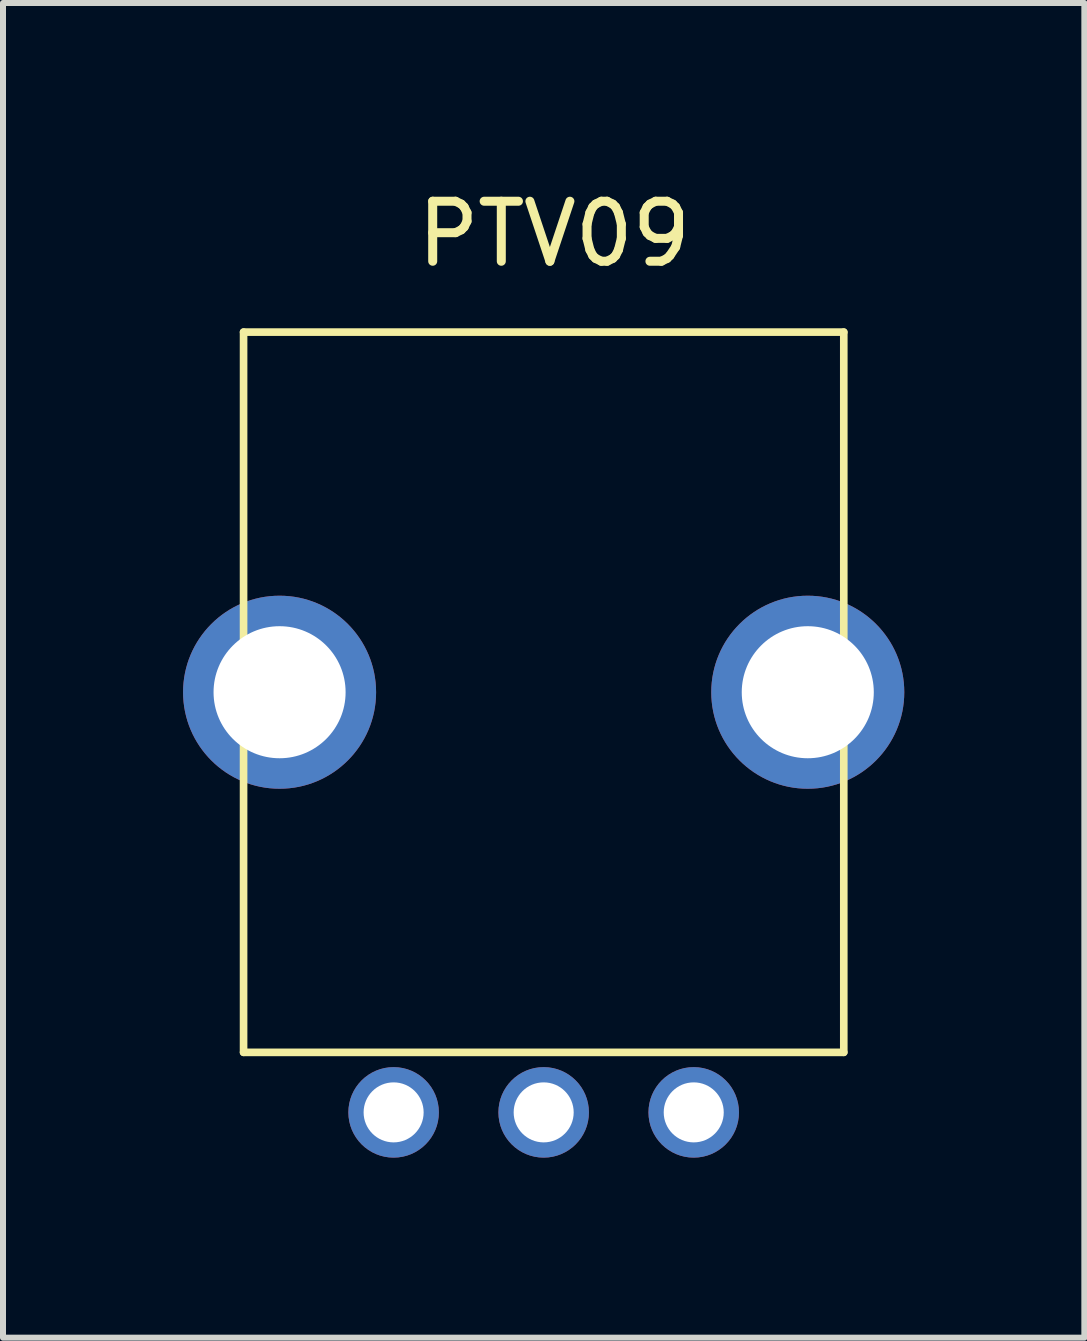
<source format=kicad_pcb>
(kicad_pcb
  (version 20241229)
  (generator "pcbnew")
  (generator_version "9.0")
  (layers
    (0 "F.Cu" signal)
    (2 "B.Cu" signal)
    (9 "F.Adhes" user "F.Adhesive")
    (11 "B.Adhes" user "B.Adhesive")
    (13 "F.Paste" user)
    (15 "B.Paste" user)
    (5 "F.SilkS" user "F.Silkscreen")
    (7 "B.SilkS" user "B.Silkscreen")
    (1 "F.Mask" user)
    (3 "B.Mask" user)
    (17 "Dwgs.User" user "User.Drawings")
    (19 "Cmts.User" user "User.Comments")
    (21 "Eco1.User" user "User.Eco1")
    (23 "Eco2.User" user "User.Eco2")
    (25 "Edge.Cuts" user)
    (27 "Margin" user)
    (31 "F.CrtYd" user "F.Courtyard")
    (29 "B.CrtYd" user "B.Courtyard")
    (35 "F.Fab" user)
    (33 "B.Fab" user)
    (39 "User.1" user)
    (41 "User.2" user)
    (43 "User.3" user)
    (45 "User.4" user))
  (footprint "PTV09"
    (layer "F.Cu")
    (at 6.008 15.483)
    (property "Reference" "PTV09" (at 0.175 -14.635 0) (layer "F.SilkS") (effects (font (size 1 1) (thickness 0.15))))
    (attr through_hole)
    (fp_line (start -5 -13) (end -5 -1) (stroke (width 0.127) (type solid)) (layer "F.SilkS"))
    (fp_line (start -5 -1) (end 5 -1) (stroke (width 0.127) (type solid)) (layer "F.SilkS"))
    (fp_line (start 5 -13) (end -5 -13) (stroke (width 0.127) (type solid)) (layer "F.SilkS"))
    (fp_line (start 5 -1) (end 5 -13) (stroke (width 0.127) (type solid)) (layer "F.SilkS"))
    (pad "1" thru_hole circle (at -2.5 0) (size 1.508 1.508) (drill 1) (layers "*.Cu" "*.Mask"))
    (pad "2" thru_hole circle (at 0 0) (size 1.508 1.508) (drill 1) (layers "*.Cu" "*.Mask"))
    (pad "3" thru_hole circle (at 2.5 0) (size 1.508 1.508) (drill 1) (layers "*.Cu" "*.Mask"))
    (pad "NC1" thru_hole circle (at -4.4 -7) (size 3.216 3.216) (drill 2.2) (layers "*.Cu" "*.Mask"))
    (pad "NC2" thru_hole circle (at 4.4 -7) (size 3.216 3.216) (drill 2.2) (layers "*.Cu" "*.Mask")))
  (gr_rect
    (start -3 -3)
    (end 15.016 19.237)
    (stroke (width 0.1) (type default))
    (fill no)
    (layer "Edge.Cuts")))
</source>
